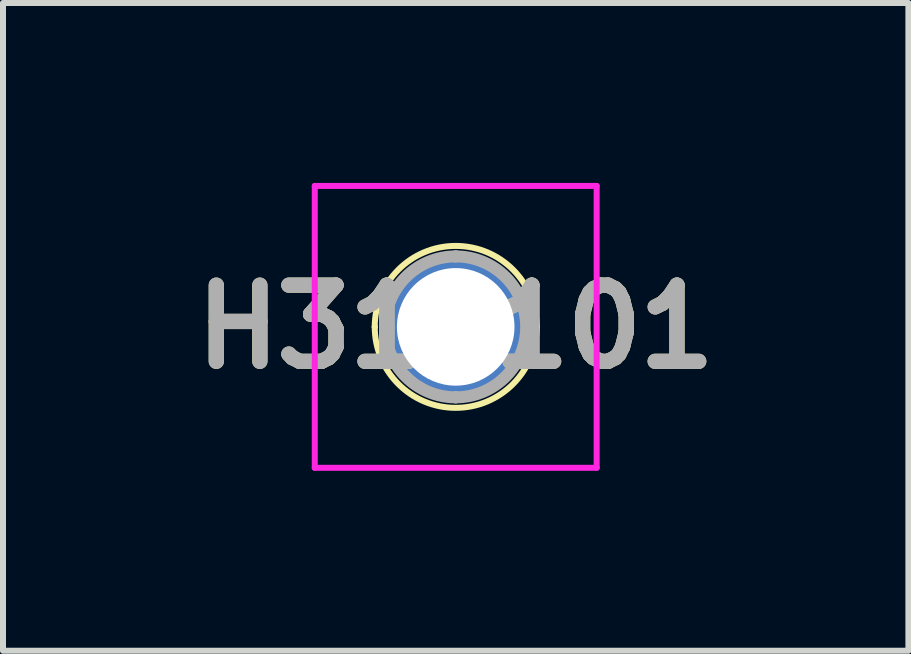
<source format=kicad_pcb>
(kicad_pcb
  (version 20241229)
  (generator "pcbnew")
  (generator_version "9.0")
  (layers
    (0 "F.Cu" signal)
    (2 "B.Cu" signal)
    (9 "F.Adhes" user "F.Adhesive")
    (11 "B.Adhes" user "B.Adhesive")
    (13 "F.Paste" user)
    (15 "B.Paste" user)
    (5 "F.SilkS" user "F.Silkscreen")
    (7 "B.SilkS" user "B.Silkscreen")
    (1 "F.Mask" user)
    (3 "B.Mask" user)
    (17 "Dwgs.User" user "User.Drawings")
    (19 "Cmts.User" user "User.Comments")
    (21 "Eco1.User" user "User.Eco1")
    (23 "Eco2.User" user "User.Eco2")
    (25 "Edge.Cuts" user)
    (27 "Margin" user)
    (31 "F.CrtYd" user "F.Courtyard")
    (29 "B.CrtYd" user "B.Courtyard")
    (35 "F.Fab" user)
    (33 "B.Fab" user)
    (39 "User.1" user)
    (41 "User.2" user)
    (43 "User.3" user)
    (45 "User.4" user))
  (footprint "H316101"
    (layer "F.Cu")
    (at 4.548 2.4)
    (property "Reference" "H316101" (at 0 0 0) (layer "F.SilkS") (effects (font (size 1.27 1.27) (thickness 0.254))))
    (attr through_hole)
    (fp_line (start -1.35 0) (end -1.35 0) (stroke (width 0.1) (type solid)) (layer "F.SilkS"))
    (fp_line (start 1.35 0) (end 1.35 0) (stroke (width 0.1) (type solid)) (layer "F.SilkS"))
    (fp_arc (start -1.35 0) (mid 0 -1.35) (end 1.35 0) (stroke (width 0.1) (type solid)) (layer "F.SilkS"))
    (fp_arc (start 1.35 0) (mid 0 1.35) (end -1.35 0) (stroke (width 0.1) (type solid)) (layer "F.SilkS"))
    (fp_line (start -2.35 -2.35) (end 2.35 -2.35) (stroke (width 0.1) (type solid)) (layer "F.CrtYd"))
    (fp_line (start -2.35 2.35) (end -2.35 -2.35) (stroke (width 0.1) (type solid)) (layer "F.CrtYd"))
    (fp_line (start 2.35 -2.35) (end 2.35 2.35) (stroke (width 0.1) (type solid)) (layer "F.CrtYd"))
    (fp_line (start 2.35 2.35) (end -2.35 2.35) (stroke (width 0.1) (type solid)) (layer "F.CrtYd"))
    (fp_line (start 0 -1.175) (end 0 -1.175) (stroke (width 0.2) (type solid)) (layer "F.Fab"))
    (fp_line (start 0 1.175) (end 0 1.175) (stroke (width 0.2) (type solid)) (layer "F.Fab"))
    (fp_arc (start 0 -1.175) (mid 1.175 0) (end 0 1.175) (stroke (width 0.2) (type solid)) (layer "F.Fab"))
    (fp_arc (start 0 1.175) (mid -1.175 0) (end 0 -1.175) (stroke (width 0.2) (type solid)) (layer "F.Fab"))
    (fp_text user "${REFERENCE}" (at 0 0 0) (layer "F.Fab") (effects (font (size 1.27 1.27) (thickness 0.254))))
    (pad "1" thru_hole circle (at 0 0) (size 2.2 2.2) (drill 1.96) (layers "*.Cu" "*.Mask")))
  (gr_rect
    (start -3 -3)
    (end 12.096 7.8)
    (stroke (width 0.1) (type default))
    (fill no)
    (layer "Edge.Cuts")))
</source>
